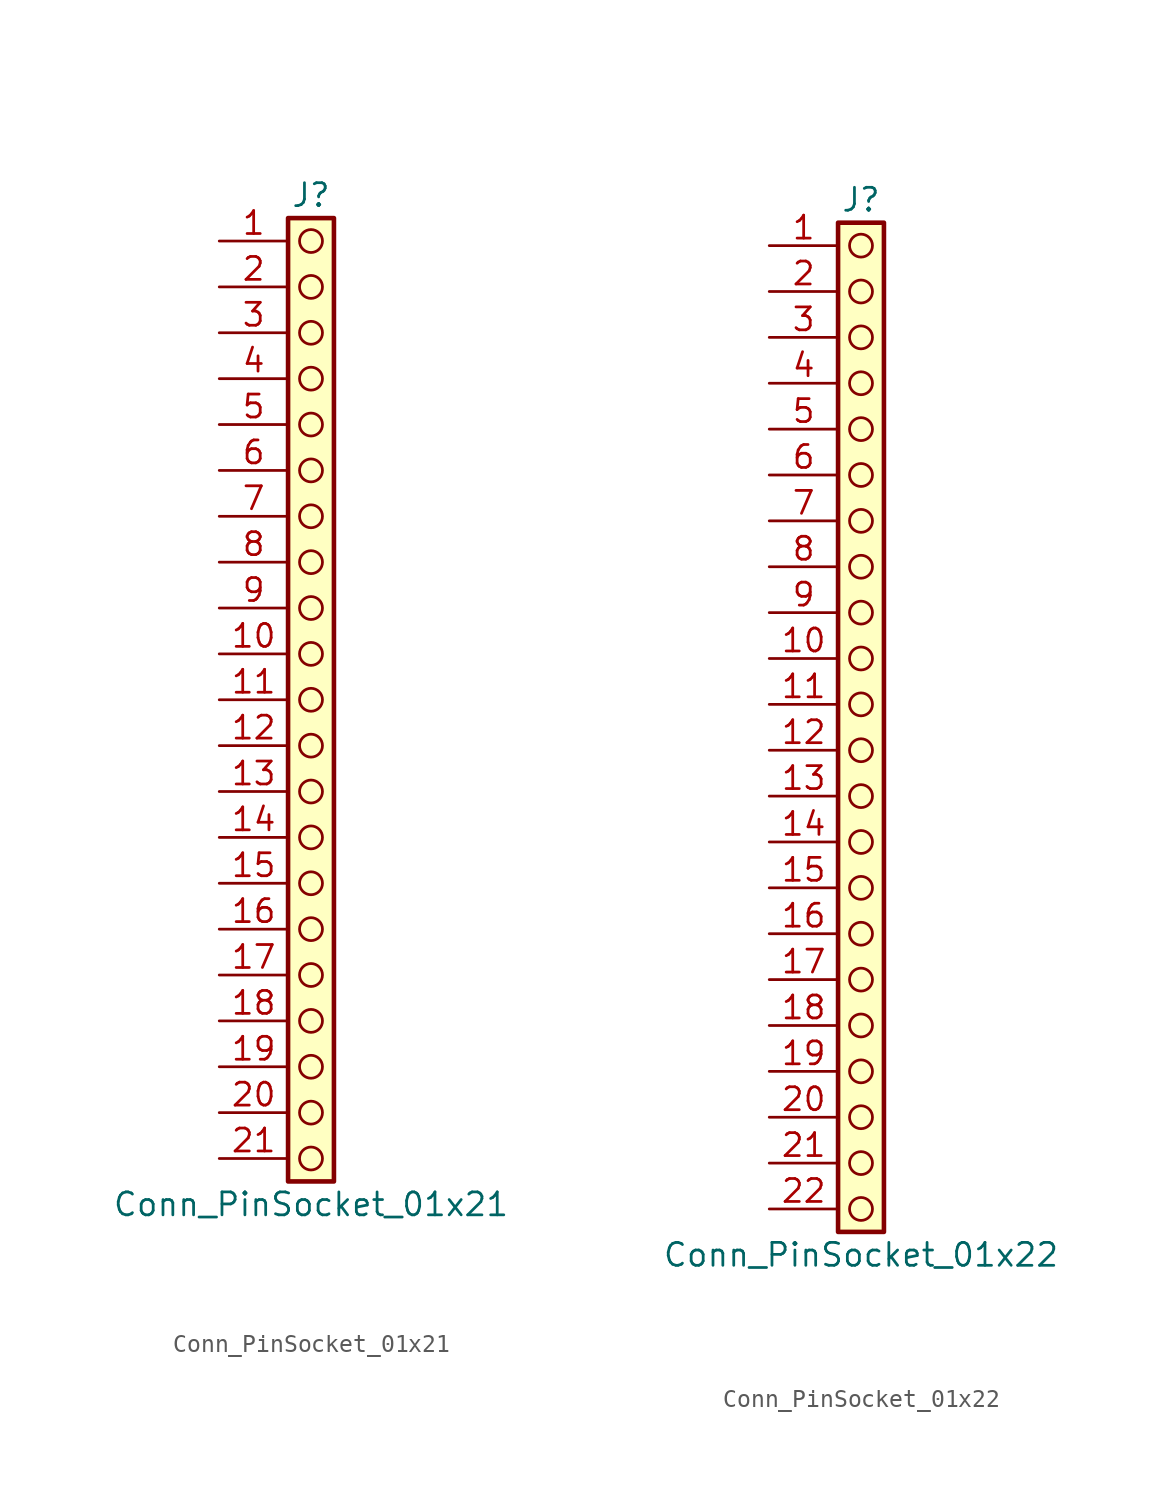
<source format=kicad_sym>
(kicad_symbol_lib
  (version 20241209)
  (generator "kicad_symbol_editor")
  (generator_version "9.0")
  (symbol "Conn_PinSocket_01x21"
    (pin_names
      (offset 1.016)
      (hide yes))
    (property "Reference" "J"
      (at 0 27.94 0)
      (effects (font (size 1.27 1.27))))
    (property "Value" "Conn_PinSocket_01x21"
      (at 0 -27.94 0)
      (effects (font (size 1.27 1.27))))
    (symbol "Conn_PinSocket_01x21_1_1"
      (rectangle (start -1.27 26.67) (end 1.27 -26.67) (stroke (width 0.254) (type default)) (fill (type background)))
      (circle (center 0 25.4) (radius 0.635) (stroke (width 0) (type solid) (color 132 0 0 1)) (fill (type none)))
      (circle (center 0 22.86) (radius 0.635) (stroke (width 0) (type solid) (color 132 0 0 1)) (fill (type none)))
      (circle (center 0 20.32) (radius 0.635) (stroke (width 0) (type solid) (color 132 0 0 1)) (fill (type none)))
      (circle (center 0 17.78) (radius 0.635) (stroke (width 0) (type solid) (color 132 0 0 1)) (fill (type none)))
      (circle (center 0 15.24) (radius 0.635) (stroke (width 0) (type solid) (color 132 0 0 1)) (fill (type none)))
      (circle (center 0 12.7) (radius 0.635) (stroke (width 0) (type solid) (color 132 0 0 1)) (fill (type none)))
      (circle (center 0 10.16) (radius 0.635) (stroke (width 0) (type solid) (color 132 0 0 1)) (fill (type none)))
      (circle (center 0 7.62) (radius 0.635) (stroke (width 0) (type solid) (color 132 0 0 1)) (fill (type none)))
      (circle (center 0 5.08) (radius 0.635) (stroke (width 0) (type solid) (color 132 0 0 1)) (fill (type none)))
      (circle (center 0 2.54) (radius 0.635) (stroke (width 0) (type solid) (color 132 0 0 1)) (fill (type none)))
      (circle (center 0 0) (radius 0.635) (stroke (width 0) (type solid) (color 132 0 0 1)) (fill (type none)))
      (circle (center 0 -2.54) (radius 0.635) (stroke (width 0) (type solid) (color 132 0 0 1)) (fill (type none)))
      (circle (center 0 -5.08) (radius 0.635) (stroke (width 0) (type solid) (color 132 0 0 1)) (fill (type none)))
      (circle (center 0 -7.62) (radius 0.635) (stroke (width 0) (type solid) (color 132 0 0 1)) (fill (type none)))
      (circle (center 0 -10.16) (radius 0.635) (stroke (width 0) (type solid) (color 132 0 0 1)) (fill (type none)))
      (circle (center 0 -12.7) (radius 0.635) (stroke (width 0) (type solid) (color 132 0 0 1)) (fill (type none)))
      (circle (center 0 -15.24) (radius 0.635) (stroke (width 0) (type solid) (color 132 0 0 1)) (fill (type none)))
      (circle (center 0 -17.78) (radius 0.635) (stroke (width 0) (type solid) (color 132 0 0 1)) (fill (type none)))
      (circle (center 0 -20.32) (radius 0.635) (stroke (width 0) (type solid) (color 132 0 0 1)) (fill (type none)))
      (circle (center 0 -22.86) (radius 0.635) (stroke (width 0) (type solid) (color 132 0 0 1)) (fill (type none)))
      (circle (center 0 -25.4) (radius 0.635) (stroke (width 0) (type solid) (color 132 0 0 1)) (fill (type none)))
      (pin passive line (at -5.08 25.4 0) (length 3.81) (name "Pin_1" (effects (font (size 1.27 1.27)))) (number "1" (effects (font (size 1.27 1.27)))))
      (pin passive line (at -5.08 22.86 0) (length 3.81) (name "Pin_2" (effects (font (size 1.27 1.27)))) (number "2" (effects (font (size 1.27 1.27)))))
      (pin passive line (at -5.08 20.32 0) (length 3.81) (name "Pin_3" (effects (font (size 1.27 1.27)))) (number "3" (effects (font (size 1.27 1.27)))))
      (pin passive line (at -5.08 17.78 0) (length 3.81) (name "Pin_4" (effects (font (size 1.27 1.27)))) (number "4" (effects (font (size 1.27 1.27)))))
      (pin passive line (at -5.08 15.24 0) (length 3.81) (name "Pin_5" (effects (font (size 1.27 1.27)))) (number "5" (effects (font (size 1.27 1.27)))))
      (pin passive line (at -5.08 12.7 0) (length 3.81) (name "Pin_6" (effects (font (size 1.27 1.27)))) (number "6" (effects (font (size 1.27 1.27)))))
      (pin passive line (at -5.08 10.16 0) (length 3.81) (name "Pin_7" (effects (font (size 1.27 1.27)))) (number "7" (effects (font (size 1.27 1.27)))))
      (pin passive line (at -5.08 7.62 0) (length 3.81) (name "Pin_8" (effects (font (size 1.27 1.27)))) (number "8" (effects (font (size 1.27 1.27)))))
      (pin passive line (at -5.08 5.08 0) (length 3.81) (name "Pin_9" (effects (font (size 1.27 1.27)))) (number "9" (effects (font (size 1.27 1.27)))))
      (pin passive line (at -5.08 2.54 0) (length 3.81) (name "Pin_10" (effects (font (size 1.27 1.27)))) (number "10" (effects (font (size 1.27 1.27)))))
      (pin passive line (at -5.08 0 0) (length 3.81) (name "Pin_11" (effects (font (size 1.27 1.27)))) (number "11" (effects (font (size 1.27 1.27)))))
      (pin passive line (at -5.08 -2.54 0) (length 3.81) (name "Pin_12" (effects (font (size 1.27 1.27)))) (number "12" (effects (font (size 1.27 1.27)))))
      (pin passive line (at -5.08 -5.08 0) (length 3.81) (name "Pin_13" (effects (font (size 1.27 1.27)))) (number "13" (effects (font (size 1.27 1.27)))))
      (pin passive line (at -5.08 -7.62 0) (length 3.81) (name "Pin_14" (effects (font (size 1.27 1.27)))) (number "14" (effects (font (size 1.27 1.27)))))
      (pin passive line (at -5.08 -10.16 0) (length 3.81) (name "Pin_15" (effects (font (size 1.27 1.27)))) (number "15" (effects (font (size 1.27 1.27)))))
      (pin passive line (at -5.08 -12.7 0) (length 3.81) (name "Pin_16" (effects (font (size 1.27 1.27)))) (number "16" (effects (font (size 1.27 1.27)))))
      (pin passive line (at -5.08 -15.24 0) (length 3.81) (name "Pin_17" (effects (font (size 1.27 1.27)))) (number "17" (effects (font (size 1.27 1.27)))))
      (pin passive line (at -5.08 -17.78 0) (length 3.81) (name "Pin_18" (effects (font (size 1.27 1.27)))) (number "18" (effects (font (size 1.27 1.27)))))
      (pin passive line (at -5.08 -20.32 0) (length 3.81) (name "Pin_19" (effects (font (size 1.27 1.27)))) (number "19" (effects (font (size 1.27 1.27)))))
      (pin passive line (at -5.08 -22.86 0) (length 3.81) (name "Pin_20" (effects (font (size 1.27 1.27)))) (number "20" (effects (font (size 1.27 1.27)))))
      (pin passive line (at -5.08 -25.4 0) (length 3.81) (name "Pin_21" (effects (font (size 1.27 1.27)))) (number "21" (effects (font (size 1.27 1.27)))))))
  (symbol "Conn_PinSocket_01x22"
    (pin_names
      (offset 1.016)
      (hide yes))
    (property "Reference" "J"
      (at 0 27.94 0)
      (effects (font (size 1.27 1.27))))
    (property "Value" "Conn_PinSocket_01x22"
      (at 0 -30.48 0)
      (effects (font (size 1.27 1.27))))
    (symbol "Conn_PinSocket_01x22_1_1"
      (rectangle (start -1.27 26.67) (end 1.27 -29.21) (stroke (width 0.254) (type default)) (fill (type background)))
      (circle (center 0 25.4) (radius 0.635) (stroke (width 0) (type solid) (color 132 0 0 1)) (fill (type none)))
      (circle (center 0 22.86) (radius 0.635) (stroke (width 0) (type solid) (color 132 0 0 1)) (fill (type none)))
      (circle (center 0 20.32) (radius 0.635) (stroke (width 0) (type solid) (color 132 0 0 1)) (fill (type none)))
      (circle (center 0 17.78) (radius 0.635) (stroke (width 0) (type solid) (color 132 0 0 1)) (fill (type none)))
      (circle (center 0 15.24) (radius 0.635) (stroke (width 0) (type solid) (color 132 0 0 1)) (fill (type none)))
      (circle (center 0 12.7) (radius 0.635) (stroke (width 0) (type solid) (color 132 0 0 1)) (fill (type none)))
      (circle (center 0 10.16) (radius 0.635) (stroke (width 0) (type solid) (color 132 0 0 1)) (fill (type none)))
      (circle (center 0 7.62) (radius 0.635) (stroke (width 0) (type solid) (color 132 0 0 1)) (fill (type none)))
      (circle (center 0 5.08) (radius 0.635) (stroke (width 0) (type solid) (color 132 0 0 1)) (fill (type none)))
      (circle (center 0 2.54) (radius 0.635) (stroke (width 0) (type solid) (color 132 0 0 1)) (fill (type none)))
      (circle (center 0 0) (radius 0.635) (stroke (width 0) (type solid) (color 132 0 0 1)) (fill (type none)))
      (circle (center 0 -2.54) (radius 0.635) (stroke (width 0) (type solid) (color 132 0 0 1)) (fill (type none)))
      (circle (center 0 -5.08) (radius 0.635) (stroke (width 0) (type solid) (color 132 0 0 1)) (fill (type none)))
      (circle (center 0 -7.62) (radius 0.635) (stroke (width 0) (type solid) (color 132 0 0 1)) (fill (type none)))
      (circle (center 0 -10.16) (radius 0.635) (stroke (width 0) (type solid) (color 132 0 0 1)) (fill (type none)))
      (circle (center 0 -12.7) (radius 0.635) (stroke (width 0) (type solid) (color 132 0 0 1)) (fill (type none)))
      (circle (center 0 -15.24) (radius 0.635) (stroke (width 0) (type solid) (color 132 0 0 1)) (fill (type none)))
      (circle (center 0 -17.78) (radius 0.635) (stroke (width 0) (type solid) (color 132 0 0 1)) (fill (type none)))
      (circle (center 0 -20.32) (radius 0.635) (stroke (width 0) (type solid) (color 132 0 0 1)) (fill (type none)))
      (circle (center 0 -22.86) (radius 0.635) (stroke (width 0) (type solid) (color 132 0 0 1)) (fill (type none)))
      (circle (center 0 -25.4) (radius 0.635) (stroke (width 0) (type solid) (color 132 0 0 1)) (fill (type none)))
      (circle (center 0 -27.94) (radius 0.635) (stroke (width 0) (type solid) (color 132 0 0 1)) (fill (type none)))
      (pin passive line (at -5.08 25.4 0) (length 3.81) (name "Pin_1" (effects (font (size 1.27 1.27)))) (number "1" (effects (font (size 1.27 1.27)))))
      (pin passive line (at -5.08 22.86 0) (length 3.81) (name "Pin_2" (effects (font (size 1.27 1.27)))) (number "2" (effects (font (size 1.27 1.27)))))
      (pin passive line (at -5.08 20.32 0) (length 3.81) (name "Pin_3" (effects (font (size 1.27 1.27)))) (number "3" (effects (font (size 1.27 1.27)))))
      (pin passive line (at -5.08 17.78 0) (length 3.81) (name "Pin_4" (effects (font (size 1.27 1.27)))) (number "4" (effects (font (size 1.27 1.27)))))
      (pin passive line (at -5.08 15.24 0) (length 3.81) (name "Pin_5" (effects (font (size 1.27 1.27)))) (number "5" (effects (font (size 1.27 1.27)))))
      (pin passive line (at -5.08 12.7 0) (length 3.81) (name "Pin_6" (effects (font (size 1.27 1.27)))) (number "6" (effects (font (size 1.27 1.27)))))
      (pin passive line (at -5.08 10.16 0) (length 3.81) (name "Pin_7" (effects (font (size 1.27 1.27)))) (number "7" (effects (font (size 1.27 1.27)))))
      (pin passive line (at -5.08 7.62 0) (length 3.81) (name "Pin_8" (effects (font (size 1.27 1.27)))) (number "8" (effects (font (size 1.27 1.27)))))
      (pin passive line (at -5.08 5.08 0) (length 3.81) (name "Pin_9" (effects (font (size 1.27 1.27)))) (number "9" (effects (font (size 1.27 1.27)))))
      (pin passive line (at -5.08 2.54 0) (length 3.81) (name "Pin_10" (effects (font (size 1.27 1.27)))) (number "10" (effects (font (size 1.27 1.27)))))
      (pin passive line (at -5.08 0 0) (length 3.81) (name "Pin_11" (effects (font (size 1.27 1.27)))) (number "11" (effects (font (size 1.27 1.27)))))
      (pin passive line (at -5.08 -2.54 0) (length 3.81) (name "Pin_12" (effects (font (size 1.27 1.27)))) (number "12" (effects (font (size 1.27 1.27)))))
      (pin passive line (at -5.08 -5.08 0) (length 3.81) (name "Pin_13" (effects (font (size 1.27 1.27)))) (number "13" (effects (font (size 1.27 1.27)))))
      (pin passive line (at -5.08 -7.62 0) (length 3.81) (name "Pin_14" (effects (font (size 1.27 1.27)))) (number "14" (effects (font (size 1.27 1.27)))))
      (pin passive line (at -5.08 -10.16 0) (length 3.81) (name "Pin_15" (effects (font (size 1.27 1.27)))) (number "15" (effects (font (size 1.27 1.27)))))
      (pin passive line (at -5.08 -12.7 0) (length 3.81) (name "Pin_16" (effects (font (size 1.27 1.27)))) (number "16" (effects (font (size 1.27 1.27)))))
      (pin passive line (at -5.08 -15.24 0) (length 3.81) (name "Pin_17" (effects (font (size 1.27 1.27)))) (number "17" (effects (font (size 1.27 1.27)))))
      (pin passive line (at -5.08 -17.78 0) (length 3.81) (name "Pin_18" (effects (font (size 1.27 1.27)))) (number "18" (effects (font (size 1.27 1.27)))))
      (pin passive line (at -5.08 -20.32 0) (length 3.81) (name "Pin_19" (effects (font (size 1.27 1.27)))) (number "19" (effects (font (size 1.27 1.27)))))
      (pin passive line (at -5.08 -22.86 0) (length 3.81) (name "Pin_20" (effects (font (size 1.27 1.27)))) (number "20" (effects (font (size 1.27 1.27)))))
      (pin passive line (at -5.08 -25.4 0) (length 3.81) (name "Pin_21" (effects (font (size 1.27 1.27)))) (number "21" (effects (font (size 1.27 1.27)))))
      (pin passive line (at -5.08 -27.94 0) (length 3.81) (name "Pin_22" (effects (font (size 1.27 1.27)))) (number "22" (effects (font (size 1.27 1.27))))))))
</source>
